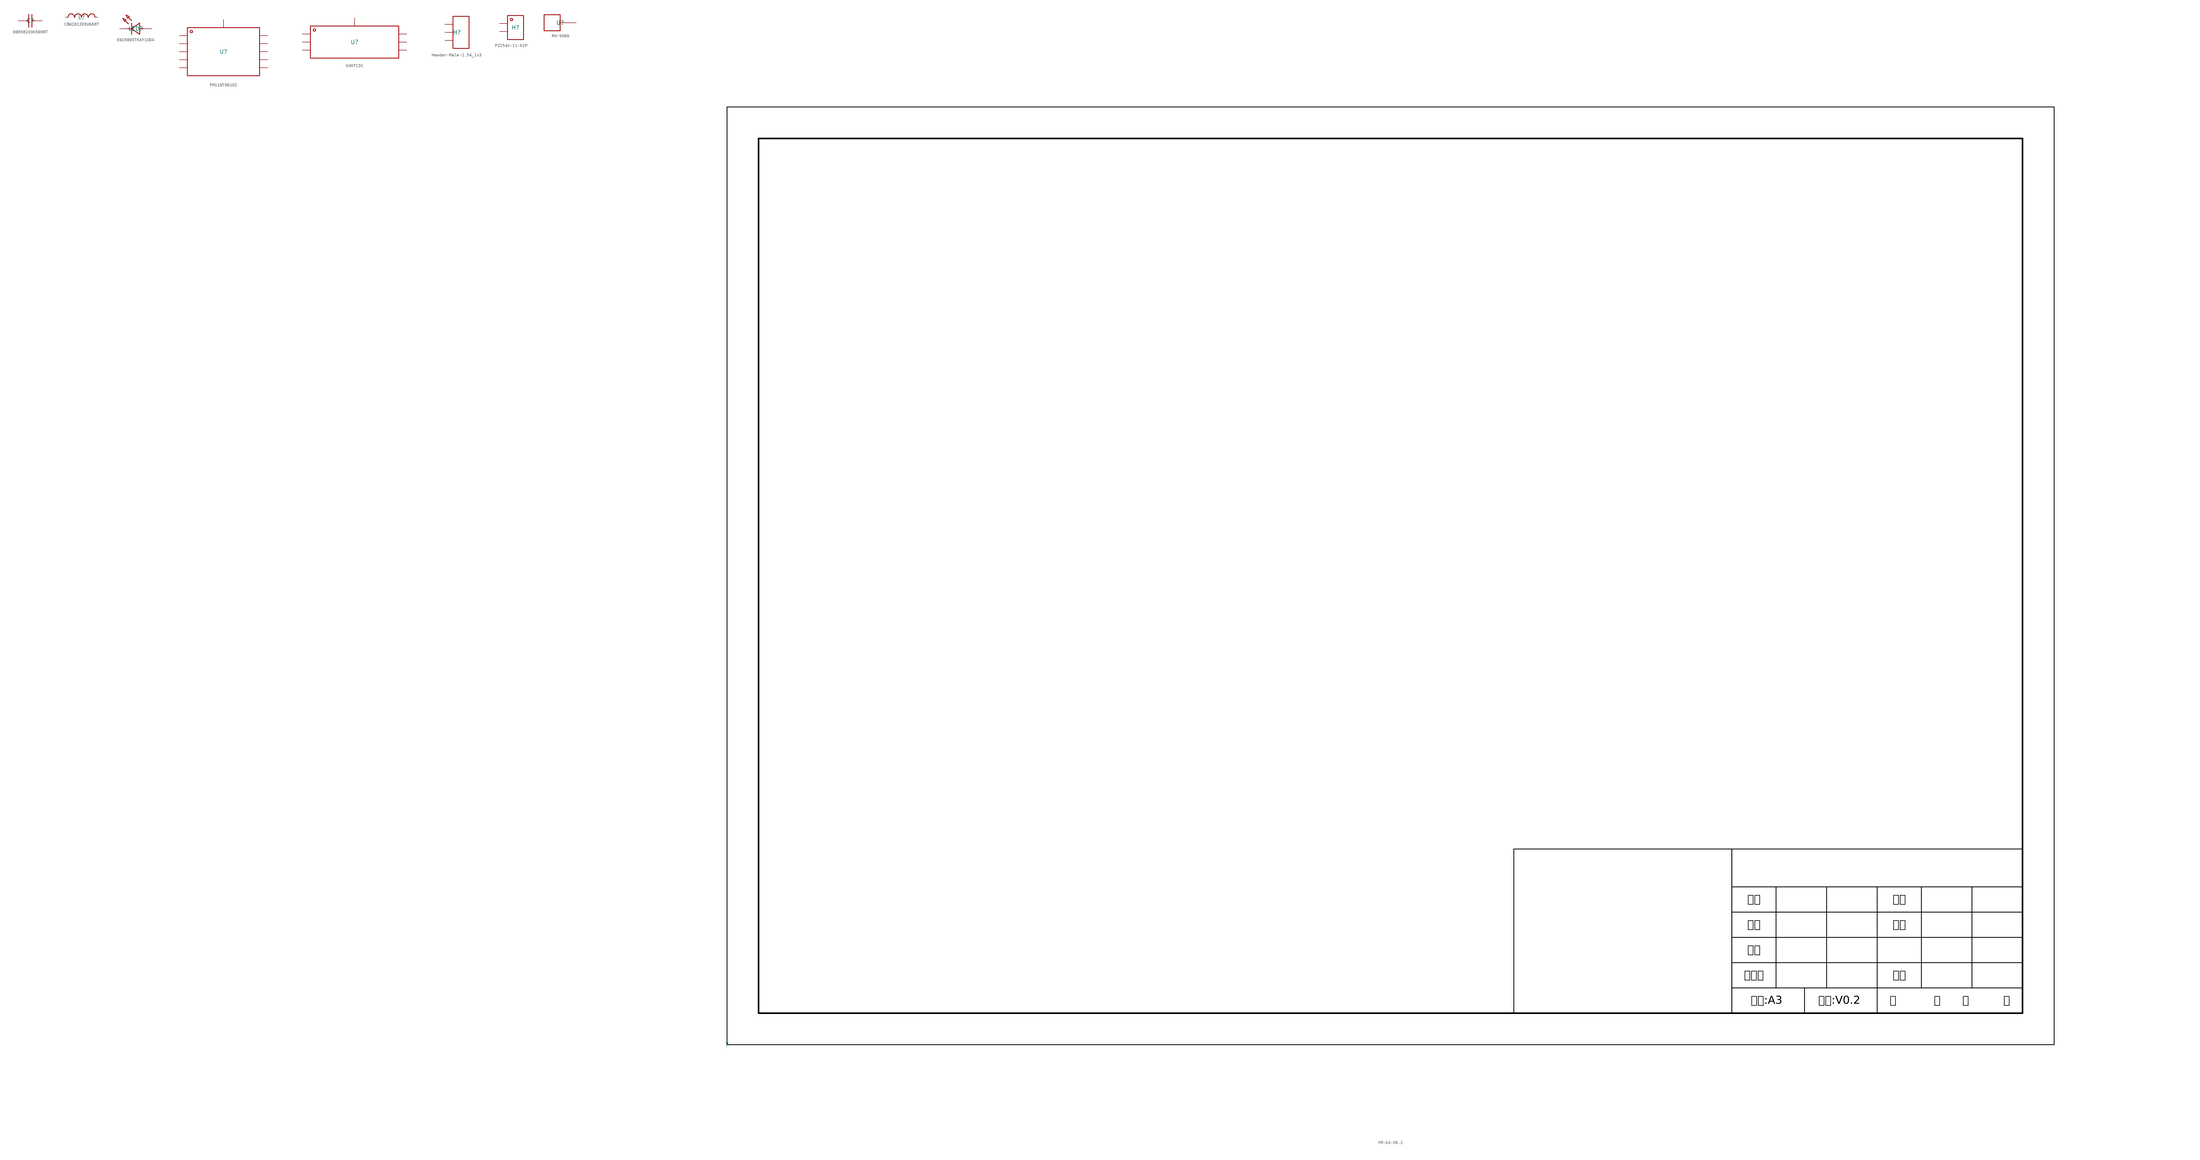
<source format=kicad_sym>
(kicad_symbol_lib
  (version 20241209)
  (generator "kicad_symbol_editor")
  (generator_version "9.0")
  (symbol "0805B103K500NT"
    (property "Reference" "C"
      (at 0 0 0)
      (effects (font (size 1.27 1.27))))
    (symbol "0805B103K500NT_1_0"
      (polyline (pts (xy -1.27 0) (xy -0.508 0)) (stroke (width 0.254) (type solid) (color 160 0 0 1)) (fill (type none)))
      (polyline (pts (xy -0.508 2.032) (xy -0.508 -2.032)) (stroke (width 0.254) (type solid) (color 160 0 0 1)) (fill (type none)))
      (polyline (pts (xy 0.508 2.032) (xy 0.508 -2.032)) (stroke (width 0.254) (type solid) (color 160 0 0 1)) (fill (type none)))
      (polyline (pts (xy 0.508 0) (xy 1.27 0)) (stroke (width 0.254) (type solid) (color 160 0 0 1)) (fill (type none)))
      (pin input line (at -3.81 0 0) (length 2.54) (name "" (effects (font (size 1.27 1.27)))) (number "" (effects (font (size 1.27 1.27)))))
      (pin input line (at 3.81 0 180) (length 2.54) (name "" (effects (font (size 1.27 1.27)))) (number "" (effects (font (size 1.27 1.27)))))))
  (symbol "CBW201209U600T"
    (property "Reference" "L"
      (at 0 0 0)
      (effects (font (size 1.27 1.27))))
    (property "Value" ""
      (at 0 0 0)
      (effects (font (size 1.27 1.27))))
    (symbol "CBW201209U600T_1_0"
      (polyline (pts (xy -4.267 0) (xy -4.216 0.406) (xy -4.216 0.406) (xy -4.216 0.406) (xy -4.216 0.406) (xy -4.013 0.762) (xy -4.013 0.762) (xy -4.013 0.762) (xy -4.013 0.762) (xy -3.658 1.016) (xy -3.658 1.016) (xy -3.658 1.016) (xy -3.658 1.016) (xy -3.251 1.092) (xy -3.251 1.092) (xy -3.251 1.092) (xy -3.251 1.092) (xy -2.87 1.016) (xy -2.87 1.016) (xy -2.87 1.016) (xy -2.87 1.016) (xy -2.515 0.762) (xy -2.515 0.762) (xy -2.515 0.762) (xy -2.515 0.762) (xy -2.311 0.406) (xy -2.311 0.406) (xy -2.311 0.406) (xy -2.311 0.406) (xy -2.261 0)) (stroke (width 0.254) (type solid) (color 160 0 0 1)) (fill (type none)))
      (polyline (pts (xy -2.108 0) (xy -2.083 0.406) (xy -2.083 0.406) (xy -2.083 0.406) (xy -2.083 0.406) (xy -1.854 0.762) (xy -1.854 0.762) (xy -1.854 0.762) (xy -1.854 0.762) (xy -1.499 1.016) (xy -1.499 1.016) (xy -1.499 1.016) (xy -1.499 1.016) (xy -1.118 1.092) (xy -1.118 1.092) (xy -1.118 1.092) (xy -1.118 1.092) (xy -0.711 1.016) (xy -0.711 1.016) (xy -0.711 1.016) (xy -0.711 1.016) (xy -0.356 0.762) (xy -0.356 0.762) (xy -0.356 0.762) (xy -0.356 0.762) (xy -0.152 0.406) (xy -0.152 0.406) (xy -0.152 0.406) (xy -0.152 0.406) (xy -0.102 0)) (stroke (width 0.254) (type solid) (color 160 0 0 1)) (fill (type none)))
      (polyline (pts (xy 0 0) (xy 0.051 0.406) (xy 0.051 0.406) (xy 0.051 0.406) (xy 0.051 0.406) (xy 0.279 0.762) (xy 0.279 0.762) (xy 0.279 0.762) (xy 0.279 0.762) (xy 0.61 1.016) (xy 0.61 1.016) (xy 0.61 1.016) (xy 0.61 1.016) (xy 1.016 1.092) (xy 1.016 1.092) (xy 1.016 1.092) (xy 1.016 1.092) (xy 1.422 1.016) (xy 1.422 1.016) (xy 1.422 1.016) (xy 1.422 1.016) (xy 1.753 0.762) (xy 1.753 0.762) (xy 1.753 0.762) (xy 1.753 0.762) (xy 1.981 0.406) (xy 1.981 0.406) (xy 1.981 0.406) (xy 1.981 0.406) (xy 2.032 0)) (stroke (width 0.254) (type solid) (color 160 0 0 1)) (fill (type none)))
      (polyline (pts (xy 2.21 0) (xy 2.235 0.406) (xy 2.235 0.406) (xy 2.235 0.406) (xy 2.235 0.406) (xy 2.464 0.762) (xy 2.464 0.762) (xy 2.464 0.762) (xy 2.464 0.762) (xy 2.819 1.016) (xy 2.819 1.016) (xy 2.819 1.016) (xy 2.819 1.016) (xy 3.2 1.092) (xy 3.2 1.092) (xy 3.2 1.092) (xy 3.2 1.092) (xy 3.607 1.016) (xy 3.607 1.016) (xy 3.607 1.016) (xy 3.607 1.016) (xy 3.962 0.762) (xy 3.962 0.762) (xy 3.962 0.762) (xy 3.962 0.762) (xy 4.166 0.406) (xy 4.166 0.406) (xy 4.166 0.406) (xy 4.166 0.406) (xy 4.216 0)) (stroke (width 0.254) (type solid) (color 160 0 0 1)) (fill (type none)))
      (pin unspecified line (at -5.08 0 0) (length 0.762) (name "" (effects (font (size 1.27 1.27)))) (number "" (effects (font (size 1.27 1.27)))))
      (pin unspecified line (at 5.08 0 180) (length 0.762) (name "" (effects (font (size 1.27 1.27)))) (number "" (effects (font (size 1.27 1.27)))))))
  (symbol "E6C0805TKAY1UDA"
    (property "Reference" "LED"
      (at 0 0 0)
      (effects (font (size 1.27 1.27))))
    (property "Value" ""
      (at 0 0 0)
      (effects (font (size 1.27 1.27))))
    (symbol "E6C0805TKAY1UDA_1_0"
      (polyline (pts (xy -4.064 3.302) (xy -3.048 2.794) (xy -3.048 2.794) (xy -3.048 2.794) (xy -3.048 2.794) (xy -3.556 2.286) (xy -3.556 2.286) (xy -3.556 2.286) (xy -3.556 2.286) (xy -4.064 3.302)) (stroke (width 0.254) (type solid) (color 160 0 0 1)) (fill (type none)))
      (polyline (pts (xy -3.048 4.318) (xy -2.032 3.81) (xy -2.032 3.81) (xy -2.032 3.81) (xy -2.032 3.81) (xy -2.54 3.302) (xy -2.54 3.302) (xy -2.54 3.302) (xy -2.54 3.302) (xy -3.048 4.318)) (stroke (width 0.254) (type solid) (color 160 0 0 1)) (fill (type none)))
      (polyline (pts (xy -2.286 1.524) (xy -3.302 2.54)) (stroke (width 0.254) (type solid) (color 160 0 0 1)) (fill (type none)))
      (polyline (pts (xy -1.27 2.54) (xy -2.286 3.556)) (stroke (width 0.254) (type solid) (color 160 0 0 1)) (fill (type none)))
      (polyline (pts (xy -1.27 1.778) (xy -1.27 -1.778)) (stroke (width 0.254) (type solid) (color 160 0 0 1)) (fill (type none)))
      (polyline (pts (xy -1.27 0) (xy -2.54 0)) (stroke (width 0.254) (type solid) (color 160 0 0 1)) (fill (type none)))
      (polyline (pts (xy 1.27 1.778) (xy -1.27 0) (xy -1.27 0) (xy -1.27 0) (xy -1.27 0) (xy 1.27 -1.778) (xy 1.27 -1.778) (xy 1.27 -1.778) (xy 1.27 -1.778) (xy 1.27 1.778)) (stroke (width 0.254) (type solid) (color 160 0 0 1)) (fill (type none)))
      (polyline (pts (xy 2.54 0) (xy 1.27 0)) (stroke (width 0.254) (type solid) (color 160 0 0 1)) (fill (type none)))
      (pin unspecified line (at -5.08 0 0) (length 2.54) (name "" (effects (font (size 1.27 1.27)))) (number "" (effects (font (size 1.27 1.27)))))
      (pin unspecified line (at 5.08 0 180) (length 2.54) (name "" (effects (font (size 1.27 1.27)))) (number "" (effects (font (size 1.27 1.27)))))))
  (symbol "FM11NT081DI"
    (property "Reference" "U"
      (at 0 0 0)
      (effects (font (size 1.27 1.27))))
    (property "Value" ""
      (at 0 0 0)
      (effects (font (size 1.27 1.27))))
    (symbol "FM11NT081DI_1_0"
      (rectangle (start -11.43 7.62) (end 11.43 -7.62) (stroke (width 0.254) (type solid) (color 160 0 0 1)) (fill (type none)))
      (circle (center -10.16 6.35) (radius 0.381) (stroke (width 0.254) (type solid) (color 160 0 0 1)) (fill (type none)))
      (pin unspecified line (at -13.97 5.08 0) (length 2.54) (name "" (effects (font (size 1.27 1.27)))) (number "" (effects (font (size 1.27 1.27)))))
      (pin unspecified line (at -13.97 2.54 0) (length 2.54) (name "" (effects (font (size 1.27 1.27)))) (number "" (effects (font (size 1.27 1.27)))))
      (pin unspecified line (at -13.97 0 0) (length 2.54) (name "" (effects (font (size 1.27 1.27)))) (number "" (effects (font (size 1.27 1.27)))))
      (pin unspecified line (at -13.97 -2.54 0) (length 2.54) (name "" (effects (font (size 1.27 1.27)))) (number "" (effects (font (size 1.27 1.27)))))
      (pin unspecified line (at -13.97 -5.08 0) (length 2.54) (name "" (effects (font (size 1.27 1.27)))) (number "" (effects (font (size 1.27 1.27)))))
      (pin unspecified line (at 0 10.16 270) (length 2.54) (name "" (effects (font (size 1.27 1.27)))) (number "" (effects (font (size 1.27 1.27)))))
      (pin unspecified line (at 13.97 5.08 180) (length 2.54) (name "" (effects (font (size 1.27 1.27)))) (number "" (effects (font (size 1.27 1.27)))))
      (pin unspecified line (at 13.97 2.54 180) (length 2.54) (name "" (effects (font (size 1.27 1.27)))) (number "" (effects (font (size 1.27 1.27)))))
      (pin unspecified line (at 13.97 0 180) (length 2.54) (name "" (effects (font (size 1.27 1.27)))) (number "" (effects (font (size 1.27 1.27)))))
      (pin unspecified line (at 13.97 -2.54 180) (length 2.54) (name "" (effects (font (size 1.27 1.27)))) (number "" (effects (font (size 1.27 1.27)))))
      (pin unspecified line (at 13.97 -5.08 180) (length 2.54) (name "" (effects (font (size 1.27 1.27)))) (number "" (effects (font (size 1.27 1.27)))))))
  (symbol "GXHTC3C"
    (property "Reference" "U"
      (at 0 0 0)
      (effects (font (size 1.27 1.27))))
    (property "Value" ""
      (at 0 0 0)
      (effects (font (size 1.27 1.27))))
    (symbol "GXHTC3C_1_0"
      (rectangle (start -13.97 5.08) (end 13.97 -5.08) (stroke (width 0.254) (type solid) (color 160 0 0 1)) (fill (type none)))
      (circle (center -12.7 3.81) (radius 0.381) (stroke (width 0.254) (type solid) (color 160 0 0 1)) (fill (type none)))
      (pin unspecified line (at -16.51 2.54 0) (length 2.54) (name "" (effects (font (size 1.27 1.27)))) (number "" (effects (font (size 1.27 1.27)))))
      (pin unspecified line (at -16.51 0 0) (length 2.54) (name "" (effects (font (size 1.27 1.27)))) (number "" (effects (font (size 1.27 1.27)))))
      (pin unspecified line (at -16.51 -2.54 0) (length 2.54) (name "" (effects (font (size 1.27 1.27)))) (number "" (effects (font (size 1.27 1.27)))))
      (pin unspecified line (at 0 7.62 270) (length 2.54) (name "" (effects (font (size 1.27 1.27)))) (number "" (effects (font (size 1.27 1.27)))))
      (pin unspecified line (at 16.51 2.54 180) (length 2.54) (name "" (effects (font (size 1.27 1.27)))) (number "" (effects (font (size 1.27 1.27)))))
      (pin unspecified line (at 16.51 0 180) (length 2.54) (name "" (effects (font (size 1.27 1.27)))) (number "" (effects (font (size 1.27 1.27)))))
      (pin unspecified line (at 16.51 -2.54 180) (length 2.54) (name "" (effects (font (size 1.27 1.27)))) (number "" (effects (font (size 1.27 1.27)))))))
  (symbol "Header-Male-2.54_1x3"
    (property "Reference" "H"
      (at 0 0 0)
      (effects (font (size 1.27 1.27))))
    (property "Value" ""
      (at 0 0 0)
      (effects (font (size 1.27 1.27))))
    (symbol "Header-Male-2.54_1x3_1_0"
      (rectangle (start -1.27 5.08) (end 3.81 -5.08) (stroke (width 0.254) (type solid) (color 160 0 0 1)) (fill (type none)))
      (pin input line (at -3.81 2.54 0) (length 2.54) (name "" (effects (font (size 1.27 1.27)))) (number "" (effects (font (size 1.27 1.27)))))
      (pin input line (at -3.81 0 0) (length 2.54) (name "" (effects (font (size 1.27 1.27)))) (number "" (effects (font (size 1.27 1.27)))))
      (pin input line (at -3.81 -2.54 0) (length 2.54) (name "" (effects (font (size 1.27 1.27)))) (number "" (effects (font (size 1.27 1.27)))))))
  (symbol "PZ254V-11-02P"
    (property "Reference" "H"
      (at 0 0 0)
      (effects (font (size 1.27 1.27))))
    (property "Value" ""
      (at 0 0 0)
      (effects (font (size 1.27 1.27))))
    (symbol "PZ254V-11-02P_1_0"
      (rectangle (start -2.54 3.81) (end 2.54 -3.81) (stroke (width 0.254) (type solid) (color 160 0 0 1)) (fill (type none)))
      (circle (center -1.27 2.54) (radius 0.381) (stroke (width 0.254) (type solid) (color 160 0 0 1)) (fill (type none)))
      (pin unspecified line (at -5.08 1.27 0) (length 2.54) (name "" (effects (font (size 1.27 1.27)))) (number "" (effects (font (size 1.27 1.27)))))
      (pin unspecified line (at -5.08 -1.27 0) (length 2.54) (name "" (effects (font (size 1.27 1.27)))) (number "" (effects (font (size 1.27 1.27)))))))
  (symbol "RH-5000"
    (property "Reference" "U"
      (at 0 0 0)
      (effects (font (size 1.27 1.27))))
    (property "Value" ""
      (at 0 0 0)
      (effects (font (size 1.27 1.27))))
    (symbol "RH-5000_1_0"
      (rectangle (start -5.08 2.54) (end 0 -2.54) (stroke (width 0.254) (type solid) (color 160 0 0 1)) (fill (type none)))
      (pin unspecified line (at 5.08 0 180) (length 5.08) (name "" (effects (font (size 1.27 1.27)))) (number "" (effects (font (size 1.27 1.27)))))))
  (symbol "YM-A3-V0.2"
    (property "Reference" ""
      (at 0 0 0)
      (effects (font (size 1.27 1.27))))
    (property "Value" ""
      (at 0 0 0)
      (effects (font (size 1.27 1.27))))
    (symbol "YM-A3-V0.2_1_0"
      (rectangle (start 0 296.977) (end 419.989 0) (stroke (width 0.254) (type solid) (color 0 0 0 1)) (fill (type none)))
      (rectangle (start 9.982 286.995) (end 409.981 9.982) (stroke (width 0.508) (type solid) (color 0 0 0 1)) (fill (type none)))
      (rectangle (start 248.996 61.976) (end 317.983 9.982) (stroke (width 0.254) (type solid) (color 0 0 0 1)) (fill (type none)))
      (polyline (pts (xy 317.983 61.976) (xy 317.983 17.983)) (stroke (width 0.254) (type solid) (color 0 0 0 1)) (fill (type none)))
      (polyline (pts (xy 317.983 61.976) (xy 409.981 61.976)) (stroke (width 0.254) (type solid) (color 0 0 0 1)) (fill (type none)))
      (polyline (pts (xy 317.983 17.983) (xy 317.983 9.982)) (stroke (width 0.254) (type solid) (color 0 0 0 1)) (fill (type none)))
      (polyline (pts (xy 317.983 17.983) (xy 409.981 17.983)) (stroke (width 0.254) (type solid) (color 0 0 0 1)) (fill (type none)))
      (polyline (pts (xy 331.978 49.987) (xy 331.978 17.983)) (stroke (width 0.254) (type solid) (color 0 0 0 1)) (fill (type none)))
      (polyline (pts (xy 340.995 17.983) (xy 340.995 9.982)) (stroke (width 0.254) (type solid) (color 0 0 0 1)) (fill (type none)))
      (polyline (pts (xy 347.98 49.987) (xy 347.98 17.983)) (stroke (width 0.254) (type solid) (color 0 0 0 1)) (fill (type none)))
      (polyline (pts (xy 363.982 49.987) (xy 363.982 17.983)) (stroke (width 0.254) (type solid) (color 0 0 0 1)) (fill (type none)))
      (polyline (pts (xy 363.982 17.983) (xy 363.982 9.982)) (stroke (width 0.254) (type solid) (color 0 0 0 1)) (fill (type none)))
      (polyline (pts (xy 377.977 49.987) (xy 377.977 17.983)) (stroke (width 0.254) (type solid) (color 0 0 0 1)) (fill (type none)))
      (polyline (pts (xy 393.979 49.987) (xy 393.979 17.983)) (stroke (width 0.254) (type solid) (color 0 0 0 1)) (fill (type none)))
      (polyline (pts (xy 409.981 49.987) (xy 317.983 49.987)) (stroke (width 0.254) (type solid) (color 0 0 0 1)) (fill (type none)))
      (polyline (pts (xy 409.981 41.986) (xy 317.983 41.986)) (stroke (width 0.254) (type solid) (color 0 0 0 1)) (fill (type none)))
      (polyline (pts (xy 409.981 33.985) (xy 317.983 33.985)) (stroke (width 0.254) (type solid) (color 0 0 0 1)) (fill (type none)))
      (polyline (pts (xy 409.981 25.984) (xy 317.983 25.984)) (stroke (width 0.254) (type solid) (color 0 0 0 1)) (fill (type none)))
      (text "设计" (at 324.993 45.999 0) (effects (font (face "仿宋") (size 2.489 2.489) (color 0 0 0 1))))
      (text "制图" (at 324.993 37.998 0) (effects (font (face "仿宋") (size 2.489 2.489) (color 0 0 0 1))))
      (text "审核" (at 324.993 29.997 0) (effects (font (face "仿宋") (size 2.489 2.489) (color 0 0 0 1))))
      (text "标准化" (at 324.993 21.996 0) (effects (font (face "仿宋") (size 2.489 2.489) (color 0 0 0 1))))
      (text "图幅:A3" (at 328.981 13.995 0) (effects (font (face "仿宋") (size 2.489 2.489) (color 0 0 0 1))))
      (text "版本:V0.2" (at 351.993 13.995 0) (effects (font (face "仿宋") (size 2.489 2.489) (color 0 0 0 1))))
      (text "共" (at 368.986 13.995 0) (effects (font (face "仿宋") (size 2.489 2.489) (color 0 0 0 1))))
      (text "工艺" (at 370.992 45.999 0) (effects (font (face "仿宋") (size 2.489 2.489) (color 0 0 0 1))))
      (text "审定" (at 370.992 37.998 0) (effects (font (face "仿宋") (size 2.489 2.489) (color 0 0 0 1))))
      (text "批准" (at 370.992 21.996 0) (effects (font (face "仿宋") (size 2.489 2.489) (color 0 0 0 1))))
      (text "张" (at 382.981 13.995 0) (effects (font (face "仿宋") (size 2.489 2.489) (color 0 0 0 1))))
      (text "第" (at 391.998 13.995 0) (effects (font (face "仿宋") (size 2.489 2.489) (color 0 0 0 1))))
      (text "张" (at 404.978 13.995 0) (effects (font (face "仿宋") (size 2.489 2.489) (color 0 0 0 1)))))))
</source>
